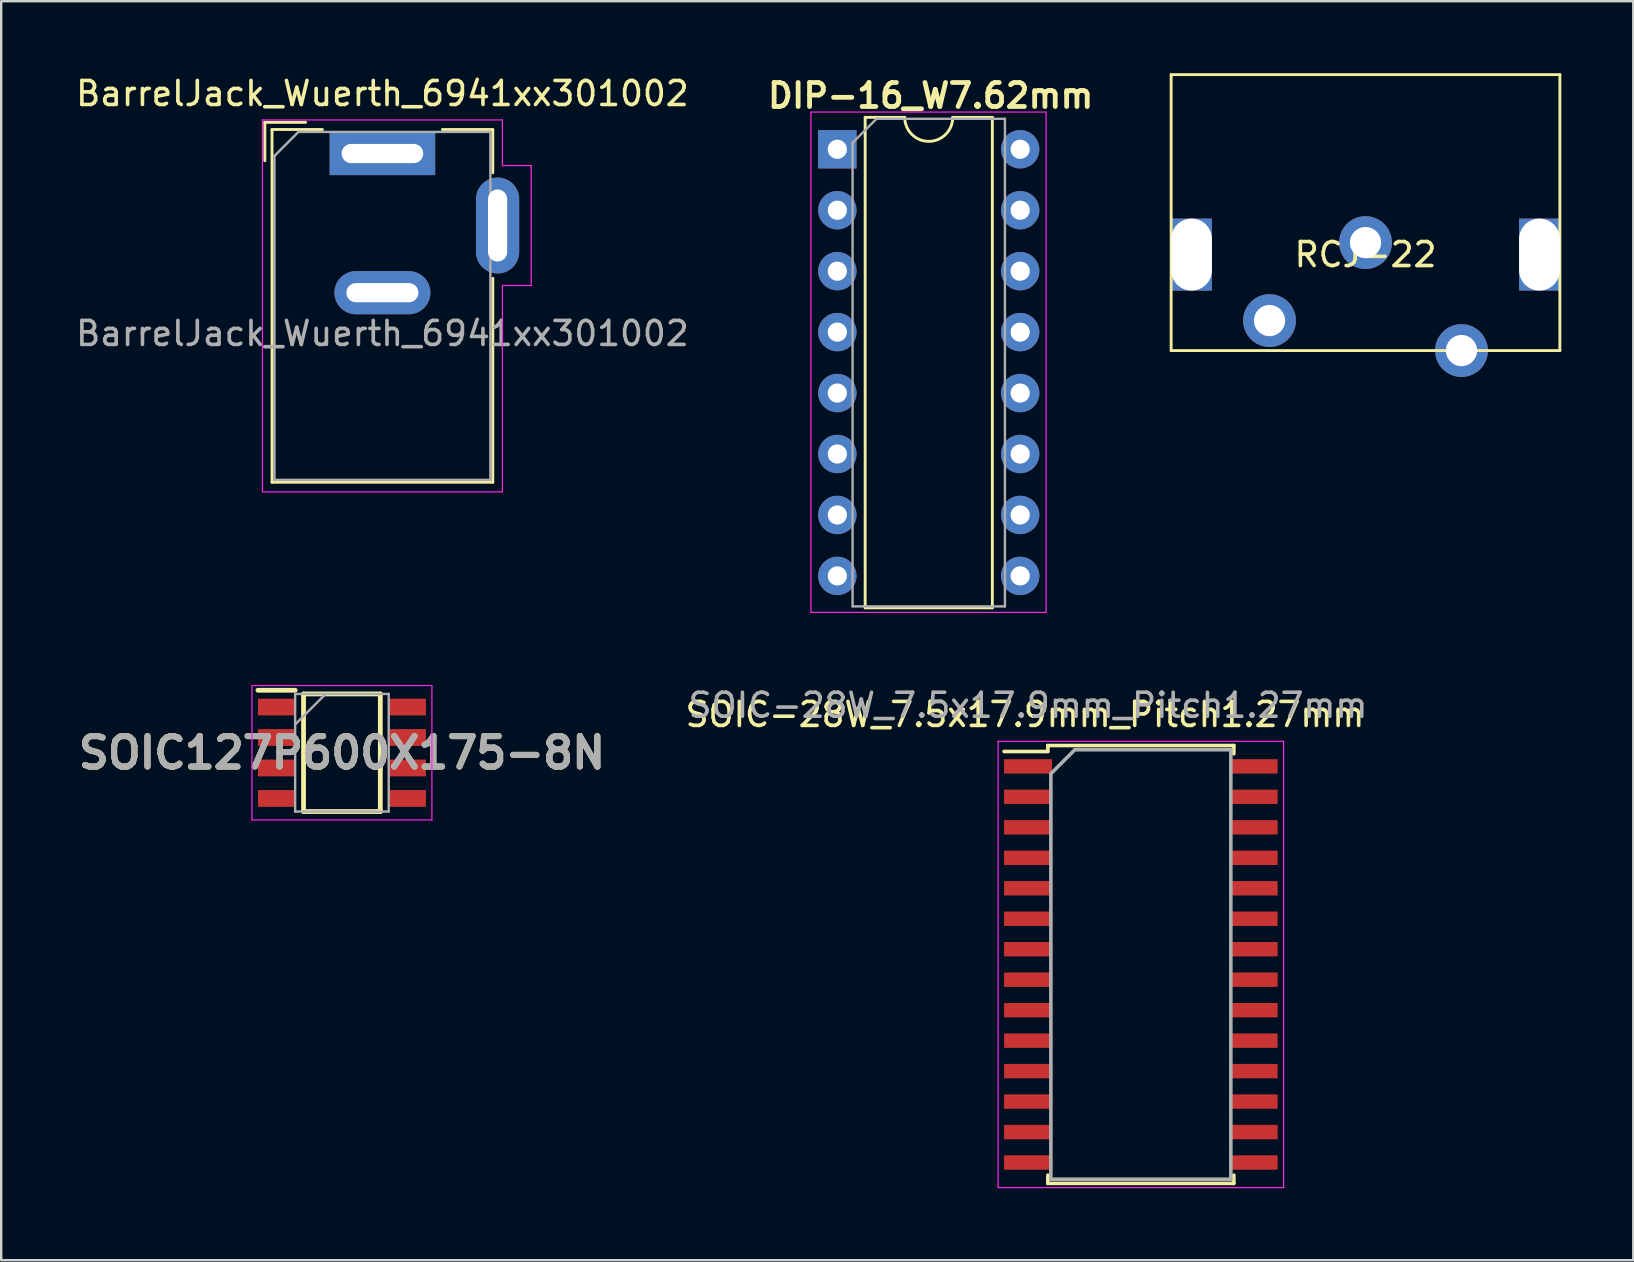
<source format=kicad_pcb>
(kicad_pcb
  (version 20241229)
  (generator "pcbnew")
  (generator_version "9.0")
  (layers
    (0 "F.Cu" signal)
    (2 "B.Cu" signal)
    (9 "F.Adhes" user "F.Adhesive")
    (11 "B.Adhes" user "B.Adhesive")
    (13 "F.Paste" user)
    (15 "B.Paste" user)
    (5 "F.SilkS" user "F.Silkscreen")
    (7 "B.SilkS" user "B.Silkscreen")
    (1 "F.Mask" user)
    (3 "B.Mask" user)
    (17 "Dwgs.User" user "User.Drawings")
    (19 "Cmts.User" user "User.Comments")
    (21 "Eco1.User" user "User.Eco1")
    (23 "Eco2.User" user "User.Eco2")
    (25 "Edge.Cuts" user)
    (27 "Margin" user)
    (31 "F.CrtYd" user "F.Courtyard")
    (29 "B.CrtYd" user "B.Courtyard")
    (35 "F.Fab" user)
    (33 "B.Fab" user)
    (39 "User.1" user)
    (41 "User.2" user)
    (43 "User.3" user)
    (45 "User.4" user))
  (footprint "RCJ-22"
    (layer "F.Cu")
    (at 53.858 7.06)
    (property "Reference" "RCJ-22" (at 0 0.5 0) (layer "F.SilkS") (effects (font (size 1 1) (thickness 0.15))))
    (attr through_hole)
    (fp_line (start -8.1 -7) (end -8.1 4.5) (stroke (width 0.12) (type solid)) (layer "F.SilkS"))
    (fp_line (start -8.1 -7) (end 8.1 -7) (stroke (width 0.12) (type solid)) (layer "F.SilkS"))
    (fp_line (start -8.1 4.5) (end 8.1 4.5) (stroke (width 0.12) (type solid)) (layer "F.SilkS"))
    (fp_line (start 8.1 -7) (end 8.1 4.5) (stroke (width 0.12) (type solid)) (layer "F.SilkS"))
    (pad "0" thru_hole rect (at -7.25 0.5) (size 1.7 3) (drill oval 1.7 3) (layers "*.Cu" "*.Mask"))
    (pad "0" thru_hole rect (at 7.25 0.5) (size 1.7 3) (drill oval 1.7 3) (layers "*.Cu" "*.Mask"))
    (pad "1" thru_hole circle (at 0 0) (size 2.2 2.2) (drill 1.3) (layers "*.Cu" "*.Mask"))
    (pad "2" thru_hole circle (at -4 3.25) (size 2.2 2.2) (drill 1.3) (layers "*.Cu" "*.Mask"))
    (pad "3" thru_hole circle (at 4 4.5) (size 2.2 2.2) (drill 1.3) (layers "*.Cu" "*.Mask")))
  (footprint "BarrelJack_Wuerth_6941xx301002"
    (layer "F.Cu")
    (at 12.887 3.348)
    (property "Reference" "BarrelJack_Wuerth_6941xx301002" (at 0 -2.5 0) (layer "F.SilkS") (effects (font (size 1 1) (thickness 0.15))))
    (attr through_hole)
    (fp_line (start -4.9 -1.3) (end -4.9 0.3) (stroke (width 0.12) (type solid)) (layer "F.SilkS"))
    (fp_line (start -4.6 -1) (end -2.5 -1) (stroke (width 0.12) (type solid)) (layer "F.SilkS"))
    (fp_line (start -4.6 13.7) (end -4.6 -1) (stroke (width 0.12) (type solid)) (layer "F.SilkS"))
    (fp_line (start -3.2 -1.3) (end -4.9 -1.3) (stroke (width 0.12) (type solid)) (layer "F.SilkS"))
    (fp_line (start 2.5 -1) (end 4.6 -1) (stroke (width 0.12) (type solid)) (layer "F.SilkS"))
    (fp_line (start 4.6 -1) (end 4.6 0.8) (stroke (width 0.12) (type solid)) (layer "F.SilkS"))
    (fp_line (start 4.6 5.2) (end 4.6 13.7) (stroke (width 0.12) (type solid)) (layer "F.SilkS"))
    (fp_line (start 4.6 13.7) (end -4.6 13.7) (stroke (width 0.12) (type solid)) (layer "F.SilkS"))
    (fp_line (start -5 -1.4) (end -5 14.1) (stroke (width 0.05) (type solid)) (layer "F.CrtYd"))
    (fp_line (start -5 14.1) (end 5 14.1) (stroke (width 0.05) (type solid)) (layer "F.CrtYd"))
    (fp_line (start 5 -1.4) (end -5 -1.4) (stroke (width 0.05) (type solid)) (layer "F.CrtYd"))
    (fp_line (start 5 0.5) (end 5 -1.4) (stroke (width 0.05) (type solid)) (layer "F.CrtYd"))
    (fp_line (start 5 14.1) (end 5 5.5) (stroke (width 0.05) (type solid)) (layer "F.CrtYd"))
    (fp_line (start 6.2 0.5) (end 5 0.5) (stroke (width 0.05) (type solid)) (layer "F.CrtYd"))
    (fp_line (start 6.2 0.5) (end 6.2 5.5) (stroke (width 0.05) (type solid)) (layer "F.CrtYd"))
    (fp_line (start 6.2 5.5) (end 5 5.5) (stroke (width 0.05) (type solid)) (layer "F.CrtYd"))
    (fp_line (start -4.5 0.1) (end -3.5 -0.9) (stroke (width 0.1) (type solid)) (layer "F.Fab"))
    (fp_line (start -4.5 13.6) (end -4.5 0.1) (stroke (width 0.1) (type solid)) (layer "F.Fab"))
    (fp_line (start 4.5 -0.9) (end -3.5 -0.9) (stroke (width 0.1) (type solid)) (layer "F.Fab"))
    (fp_line (start 4.5 -0.9) (end 4.5 13.6) (stroke (width 0.1) (type solid)) (layer "F.Fab"))
    (fp_line (start 4.5 13.6) (end -4.5 13.6) (stroke (width 0.1) (type solid)) (layer "F.Fab"))
    (fp_text user "${REFERENCE}" (at 0 7.5 0) (layer "F.Fab") (effects (font (size 1 1) (thickness 0.15))))
    (pad "1" thru_hole rect (at 0 0) (size 4.4 1.8) (drill oval 3.4 0.8) (layers "*.Cu" "*.Mask"))
    (pad "2" thru_hole oval (at 0 5.8) (size 4 1.8) (drill oval 3 0.8) (layers "*.Cu" "*.Mask"))
    (pad "3" thru_hole oval (at 4.8 3 90) (size 4 1.8) (drill oval 3 0.8) (layers "*.Cu" "*.Mask")))
  (footprint "SOIC-28W_7.5x17.9mm_Pitch1.27mm"
    (layer "F.Cu")
    (at 44.495 37.144)
    (property "Reference" "SOIC-28W_7.5x17.9mm_Pitch1.27mm" (at -4.827 -10.419 0) (layer "F.SilkS") (effects (font (size 1 1) (thickness 0.15))))
    (attr smd)
    (fp_line (start -3.875 -9.125) (end -3.875 -8.875) (stroke (width 0.15) (type solid)) (layer "F.SilkS"))
    (fp_line (start -3.875 -9.125) (end 3.875 -9.125) (stroke (width 0.15) (type solid)) (layer "F.SilkS"))
    (fp_line (start -3.875 -8.875) (end -5.7 -8.875) (stroke (width 0.15) (type solid)) (layer "F.SilkS"))
    (fp_line (start -3.875 9.125) (end -3.875 8.78) (stroke (width 0.15) (type solid)) (layer "F.SilkS"))
    (fp_line (start -3.875 9.125) (end 3.875 9.125) (stroke (width 0.15) (type solid)) (layer "F.SilkS"))
    (fp_line (start 3.875 -9.125) (end 3.875 -8.78) (stroke (width 0.15) (type solid)) (layer "F.SilkS"))
    (fp_line (start 3.875 9.125) (end 3.875 8.78) (stroke (width 0.15) (type solid)) (layer "F.SilkS"))
    (fp_line (start -5.95 -9.3) (end -5.95 9.3) (stroke (width 0.05) (type solid)) (layer "F.CrtYd"))
    (fp_line (start -5.95 -9.3) (end 5.95 -9.3) (stroke (width 0.05) (type solid)) (layer "F.CrtYd"))
    (fp_line (start -5.95 9.3) (end 5.95 9.3) (stroke (width 0.05) (type solid)) (layer "F.CrtYd"))
    (fp_line (start 5.95 -9.3) (end 5.95 9.3) (stroke (width 0.05) (type solid)) (layer "F.CrtYd"))
    (fp_line (start -3.75 -7.95) (end -2.75 -8.95) (stroke (width 0.15) (type solid)) (layer "F.Fab"))
    (fp_line (start -3.75 8.95) (end -3.75 -7.95) (stroke (width 0.15) (type solid)) (layer "F.Fab"))
    (fp_line (start -2.75 -8.95) (end 3.75 -8.95) (stroke (width 0.15) (type solid)) (layer "F.Fab"))
    (fp_line (start 3.75 -8.95) (end 3.75 8.95) (stroke (width 0.15) (type solid)) (layer "F.Fab"))
    (fp_line (start 3.75 8.95) (end -3.75 8.95) (stroke (width 0.15) (type solid)) (layer "F.Fab"))
    (fp_text user "${REFERENCE}" (at -4.7 -10.8 0) (layer "F.Fab") (effects (font (size 1 1) (thickness 0.15))))
    (pad "1" smd rect (at -4.7 -8.255) (size 2 0.6) (layers "F.Cu" "F.Mask" "F.Paste"))
    (pad "2" smd rect (at -4.7 -6.985) (size 2 0.6) (layers "F.Cu" "F.Mask" "F.Paste"))
    (pad "3" smd rect (at -4.7 -5.715) (size 2 0.6) (layers "F.Cu" "F.Mask" "F.Paste"))
    (pad "4" smd rect (at -4.7 -4.445) (size 2 0.6) (layers "F.Cu" "F.Mask" "F.Paste"))
    (pad "5" smd rect (at -4.7 -3.175) (size 2 0.6) (layers "F.Cu" "F.Mask" "F.Paste"))
    (pad "6" smd rect (at -4.7 -1.905) (size 2 0.6) (layers "F.Cu" "F.Mask" "F.Paste"))
    (pad "7" smd rect (at -4.7 -0.635) (size 2 0.6) (layers "F.Cu" "F.Mask" "F.Paste"))
    (pad "8" smd rect (at -4.7 0.635) (size 2 0.6) (layers "F.Cu" "F.Mask" "F.Paste"))
    (pad "9" smd rect (at -4.7 1.905) (size 2 0.6) (layers "F.Cu" "F.Mask" "F.Paste"))
    (pad "10" smd rect (at -4.7 3.175) (size 2 0.6) (layers "F.Cu" "F.Mask" "F.Paste"))
    (pad "11" smd rect (at -4.7 4.445) (size 2 0.6) (layers "F.Cu" "F.Mask" "F.Paste"))
    (pad "12" smd rect (at -4.7 5.715) (size 2 0.6) (layers "F.Cu" "F.Mask" "F.Paste"))
    (pad "13" smd rect (at -4.7 6.985) (size 2 0.6) (layers "F.Cu" "F.Mask" "F.Paste"))
    (pad "14" smd rect (at -4.7 8.255) (size 2 0.6) (layers "F.Cu" "F.Mask" "F.Paste"))
    (pad "15" smd rect (at 4.7 8.255) (size 2 0.6) (layers "F.Cu" "F.Mask" "F.Paste"))
    (pad "16" smd rect (at 4.7 6.985) (size 2 0.6) (layers "F.Cu" "F.Mask" "F.Paste"))
    (pad "17" smd rect (at 4.7 5.715) (size 2 0.6) (layers "F.Cu" "F.Mask" "F.Paste"))
    (pad "18" smd rect (at 4.7 4.445) (size 2 0.6) (layers "F.Cu" "F.Mask" "F.Paste"))
    (pad "19" smd rect (at 4.7 3.175) (size 2 0.6) (layers "F.Cu" "F.Mask" "F.Paste"))
    (pad "20" smd rect (at 4.7 1.905) (size 2 0.6) (layers "F.Cu" "F.Mask" "F.Paste"))
    (pad "21" smd rect (at 4.7 0.635) (size 2 0.6) (layers "F.Cu" "F.Mask" "F.Paste"))
    (pad "22" smd rect (at 4.7 -0.635) (size 2 0.6) (layers "F.Cu" "F.Mask" "F.Paste"))
    (pad "23" smd rect (at 4.7 -1.905) (size 2 0.6) (layers "F.Cu" "F.Mask" "F.Paste"))
    (pad "24" smd rect (at 4.7 -3.175) (size 2 0.6) (layers "F.Cu" "F.Mask" "F.Paste"))
    (pad "25" smd rect (at 4.7 -4.445) (size 2 0.6) (layers "F.Cu" "F.Mask" "F.Paste"))
    (pad "26" smd rect (at 4.7 -5.715) (size 2 0.6) (layers "F.Cu" "F.Mask" "F.Paste"))
    (pad "27" smd rect (at 4.7 -6.985) (size 2 0.6) (layers "F.Cu" "F.Mask" "F.Paste"))
    (pad "28" smd rect (at 4.7 -8.255) (size 2 0.6) (layers "F.Cu" "F.Mask" "F.Paste")))
  (footprint "SOIC127P600X175-8N"
    (layer "F.Cu")
    (at 11.2 28.321)
    (property "Reference" "SOIC127P600X175-8N" (at 0 0 0) (layer "F.SilkS") (effects (font (size 1.27 1.27) (thickness 0.254))))
    (attr smd)
    (fp_line (start -3.5 -2.605) (end -1.95 -2.605) (stroke (width 0.2) (type solid)) (layer "F.SilkS"))
    (fp_line (start -1.6 -2.45) (end 1.6 -2.45) (stroke (width 0.2) (type solid)) (layer "F.SilkS"))
    (fp_line (start -1.6 2.45) (end -1.6 -2.45) (stroke (width 0.2) (type solid)) (layer "F.SilkS"))
    (fp_line (start 1.6 -2.45) (end 1.6 2.45) (stroke (width 0.2) (type solid)) (layer "F.SilkS"))
    (fp_line (start 1.6 2.45) (end -1.6 2.45) (stroke (width 0.2) (type solid)) (layer "F.SilkS"))
    (fp_line (start -3.75 -2.8) (end 3.75 -2.8) (stroke (width 0.05) (type solid)) (layer "F.CrtYd"))
    (fp_line (start -3.75 2.8) (end -3.75 -2.8) (stroke (width 0.05) (type solid)) (layer "F.CrtYd"))
    (fp_line (start 3.75 -2.8) (end 3.75 2.8) (stroke (width 0.05) (type solid)) (layer "F.CrtYd"))
    (fp_line (start 3.75 2.8) (end -3.75 2.8) (stroke (width 0.05) (type solid)) (layer "F.CrtYd"))
    (fp_line (start -1.95 -2.45) (end 1.95 -2.45) (stroke (width 0.1) (type solid)) (layer "F.Fab"))
    (fp_line (start -1.95 -1.18) (end -0.68 -2.45) (stroke (width 0.1) (type solid)) (layer "F.Fab"))
    (fp_line (start -1.95 2.45) (end -1.95 -2.45) (stroke (width 0.1) (type solid)) (layer "F.Fab"))
    (fp_line (start 1.95 -2.45) (end 1.95 2.45) (stroke (width 0.1) (type solid)) (layer "F.Fab"))
    (fp_line (start 1.95 2.45) (end -1.95 2.45) (stroke (width 0.1) (type solid)) (layer "F.Fab"))
    (fp_text user "${REFERENCE}" (at 0 0 0) (layer "F.Fab") (effects (font (size 1.27 1.27) (thickness 0.254))))
    (pad "1" smd rect (at -2.725 -1.905 90) (size 0.7 1.55) (layers "F.Cu" "F.Mask" "F.Paste"))
    (pad "2" smd rect (at -2.725 -0.635 90) (size 0.7 1.55) (layers "F.Cu" "F.Mask" "F.Paste"))
    (pad "3" smd rect (at -2.725 0.635 90) (size 0.7 1.55) (layers "F.Cu" "F.Mask" "F.Paste"))
    (pad "4" smd rect (at -2.725 1.905 90) (size 0.7 1.55) (layers "F.Cu" "F.Mask" "F.Paste"))
    (pad "5" smd rect (at 2.725 1.905 90) (size 0.7 1.55) (layers "F.Cu" "F.Mask" "F.Paste"))
    (pad "6" smd rect (at 2.725 0.635 90) (size 0.7 1.55) (layers "F.Cu" "F.Mask" "F.Paste"))
    (pad "7" smd rect (at 2.725 -0.635 90) (size 0.7 1.55) (layers "F.Cu" "F.Mask" "F.Paste"))
    (pad "8" smd rect (at 2.725 -1.905 90) (size 0.7 1.55) (layers "F.Cu" "F.Mask" "F.Paste")))
  (footprint "DIP-16_W7.62mm"
    (layer "F.Cu")
    (at 31.846 3.171)
    (property "Reference" "DIP-16_W7.62mm" (at 3.89 -2.235 0) (layer "F.SilkS") (effects (font (size 1 1) (thickness 0.2))))
    (attr through_hole)
    (fp_line (start 1.16 -1.33) (end 1.16 19.11) (stroke (width 0.12) (type solid)) (layer "F.SilkS"))
    (fp_line (start 1.16 19.11) (end 6.46 19.11) (stroke (width 0.12) (type solid)) (layer "F.SilkS"))
    (fp_line (start 2.81 -1.33) (end 1.16 -1.33) (stroke (width 0.12) (type solid)) (layer "F.SilkS"))
    (fp_line (start 6.46 -1.33) (end 4.81 -1.33) (stroke (width 0.12) (type solid)) (layer "F.SilkS"))
    (fp_line (start 6.46 19.11) (end 6.46 -1.33) (stroke (width 0.12) (type solid)) (layer "F.SilkS"))
    (fp_arc (start 4.81 -1.33) (mid 3.81 -0.33) (end 2.81 -1.33) (stroke (width 0.12) (type solid)) (layer "F.SilkS"))
    (fp_line (start -1.1 -1.55) (end -1.1 19.3) (stroke (width 0.05) (type solid)) (layer "F.CrtYd"))
    (fp_line (start -1.1 19.3) (end 8.7 19.3) (stroke (width 0.05) (type solid)) (layer "F.CrtYd"))
    (fp_line (start 8.7 -1.55) (end -1.1 -1.55) (stroke (width 0.05) (type solid)) (layer "F.CrtYd"))
    (fp_line (start 8.7 19.3) (end 8.7 -1.55) (stroke (width 0.05) (type solid)) (layer "F.CrtYd"))
    (fp_line (start 0.635 -0.27) (end 1.635 -1.27) (stroke (width 0.1) (type solid)) (layer "F.Fab"))
    (fp_line (start 0.635 19.05) (end 0.635 -0.27) (stroke (width 0.1) (type solid)) (layer "F.Fab"))
    (fp_line (start 1.635 -1.27) (end 6.985 -1.27) (stroke (width 0.1) (type solid)) (layer "F.Fab"))
    (fp_line (start 6.985 -1.27) (end 6.985 19.05) (stroke (width 0.1) (type solid)) (layer "F.Fab"))
    (fp_line (start 6.985 19.05) (end 0.635 19.05) (stroke (width 0.1) (type solid)) (layer "F.Fab"))
    (pad "1" thru_hole rect (at 0 0) (size 1.6 1.6) (drill 0.8) (layers "*.Cu" "*.Mask"))
    (pad "2" thru_hole oval (at 0 2.54) (size 1.6 1.6) (drill 0.8) (layers "*.Cu" "*.Mask"))
    (pad "3" thru_hole oval (at 0 5.08) (size 1.6 1.6) (drill 0.8) (layers "*.Cu" "*.Mask"))
    (pad "4" thru_hole oval (at 0 7.62) (size 1.6 1.6) (drill 0.8) (layers "*.Cu" "*.Mask"))
    (pad "5" thru_hole oval (at 0 10.16) (size 1.6 1.6) (drill 0.8) (layers "*.Cu" "*.Mask"))
    (pad "6" thru_hole oval (at 0 12.7) (size 1.6 1.6) (drill 0.8) (layers "*.Cu" "*.Mask"))
    (pad "7" thru_hole oval (at 0 15.24) (size 1.6 1.6) (drill 0.8) (layers "*.Cu" "*.Mask"))
    (pad "8" thru_hole oval (at 0 17.78) (size 1.6 1.6) (drill 0.8) (layers "*.Cu" "*.Mask"))
    (pad "9" thru_hole oval (at 7.62 17.78) (size 1.6 1.6) (drill 0.8) (layers "*.Cu" "*.Mask"))
    (pad "10" thru_hole oval (at 7.62 15.24) (size 1.6 1.6) (drill 0.8) (layers "*.Cu" "*.Mask"))
    (pad "11" thru_hole oval (at 7.62 12.7) (size 1.6 1.6) (drill 0.8) (layers "*.Cu" "*.Mask"))
    (pad "12" thru_hole oval (at 7.62 10.16) (size 1.6 1.6) (drill 0.8) (layers "*.Cu" "*.Mask"))
    (pad "13" thru_hole oval (at 7.62 7.62) (size 1.6 1.6) (drill 0.8) (layers "*.Cu" "*.Mask"))
    (pad "14" thru_hole oval (at 7.62 5.08) (size 1.6 1.6) (drill 0.8) (layers "*.Cu" "*.Mask"))
    (pad "15" thru_hole oval (at 7.62 2.54) (size 1.6 1.6) (drill 0.8) (layers "*.Cu" "*.Mask"))
    (pad "16" thru_hole oval (at 7.62 0) (size 1.6 1.6) (drill 0.8) (layers "*.Cu" "*.Mask")))
  (gr_rect
    (start -3 -3)
    (end 65.018 49.469)
    (stroke (width 0.1) (type default))
    (fill no)
    (layer "Edge.Cuts")))
</source>
